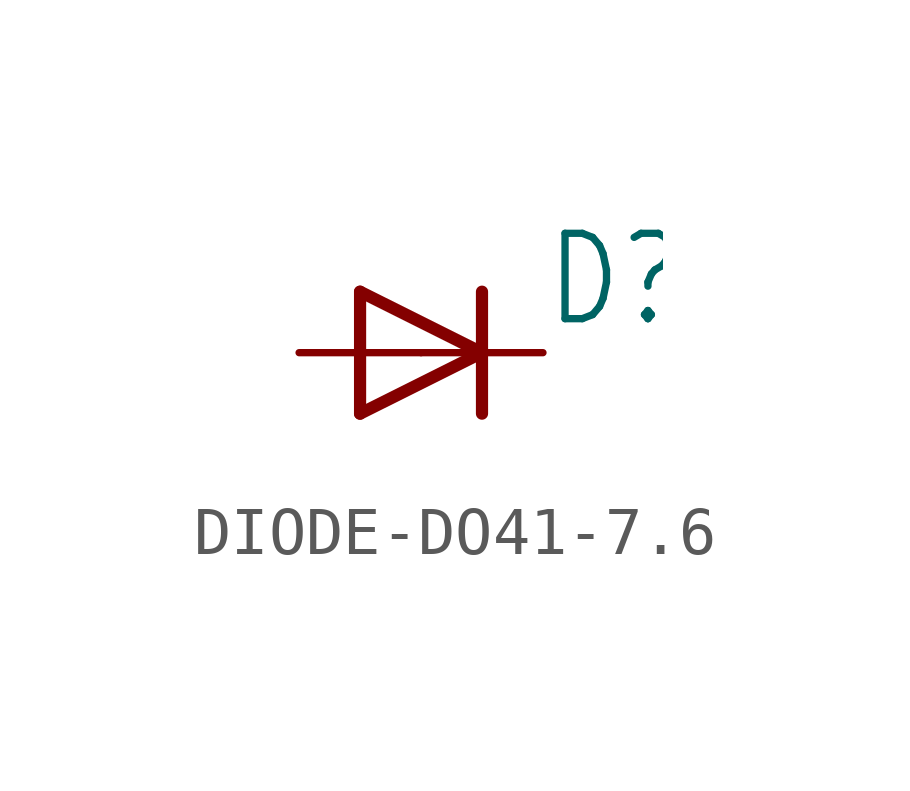
<source format=kicad_sym>
(kicad_symbol_lib
  (version 20241209)
  (generator "kicad_symbol_editor")
  (generator_version "9.0")
  (symbol "DIODE-DO41-7.6"
    (property "Reference" "D"
      (at 2.54 0.483 0)
      (effects (font (size 1.778 1.511)) (justify left bottom)))
    (property "Value" ""
      (at 2.54 -2.311 0)
      (effects (font (size 1.778 1.511)) (justify left bottom)))
    (property "ki_locked" ""
      (at 0 0 0)
      (effects (font (size 1.27 1.27))))
    (symbol "DIODE-DO41-7.6_1_0"
      (polyline (pts (xy -1.27 1.27) (xy -1.27 -1.27)) (stroke (width 0.254) (type solid)) (fill (type none)))
      (polyline (pts (xy -1.27 -1.27) (xy 1.27 0)) (stroke (width 0.254) (type solid)) (fill (type none)))
      (polyline (pts (xy 1.27 1.27) (xy 1.27 0)) (stroke (width 0.254) (type solid)) (fill (type none)))
      (polyline (pts (xy 1.27 0) (xy -1.27 1.27)) (stroke (width 0.254) (type solid)) (fill (type none)))
      (polyline (pts (xy 1.27 0) (xy 1.27 -1.27)) (stroke (width 0.254) (type solid)) (fill (type none)))
      (pin passive line (at -2.54 0 0) (length 2.54) (name "A" (effects (font (size 0 0)))) (number "A" (effects (font (size 0 0)))))
      (pin passive line (at 2.54 0 180) (length 2.54) (name "C" (effects (font (size 0 0)))) (number "C" (effects (font (size 0 0))))))))
</source>
